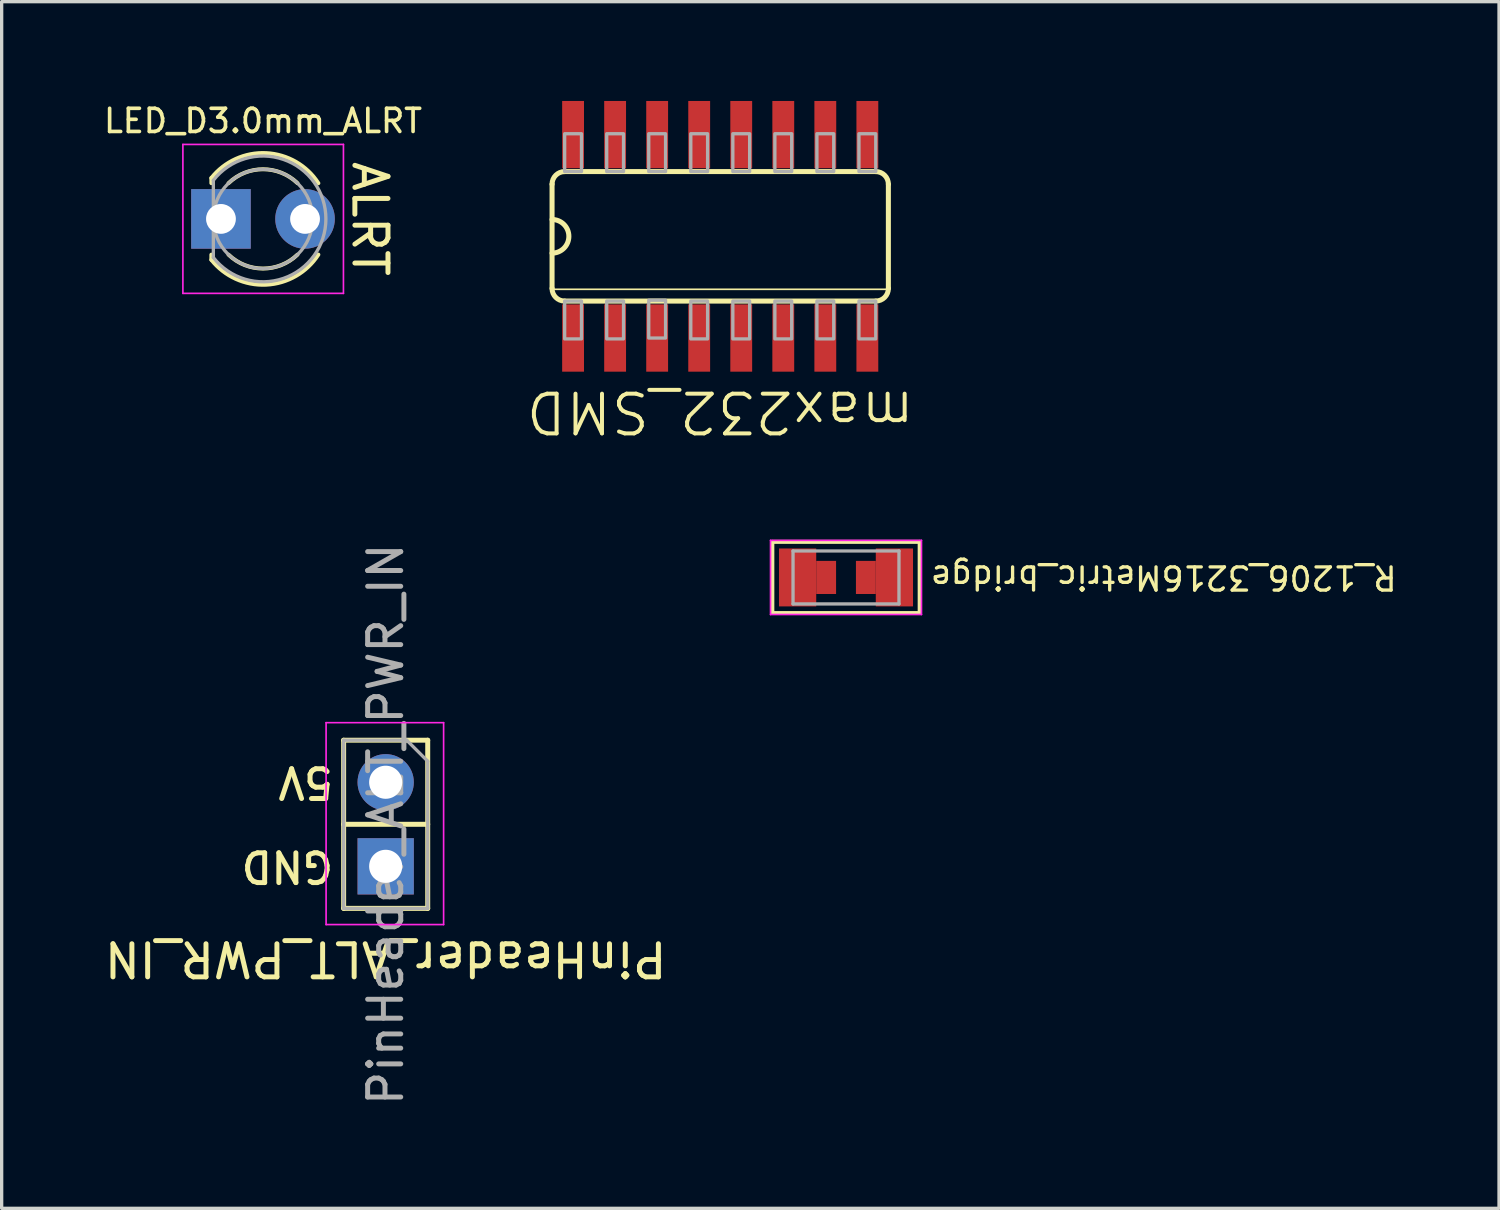
<source format=kicad_pcb>
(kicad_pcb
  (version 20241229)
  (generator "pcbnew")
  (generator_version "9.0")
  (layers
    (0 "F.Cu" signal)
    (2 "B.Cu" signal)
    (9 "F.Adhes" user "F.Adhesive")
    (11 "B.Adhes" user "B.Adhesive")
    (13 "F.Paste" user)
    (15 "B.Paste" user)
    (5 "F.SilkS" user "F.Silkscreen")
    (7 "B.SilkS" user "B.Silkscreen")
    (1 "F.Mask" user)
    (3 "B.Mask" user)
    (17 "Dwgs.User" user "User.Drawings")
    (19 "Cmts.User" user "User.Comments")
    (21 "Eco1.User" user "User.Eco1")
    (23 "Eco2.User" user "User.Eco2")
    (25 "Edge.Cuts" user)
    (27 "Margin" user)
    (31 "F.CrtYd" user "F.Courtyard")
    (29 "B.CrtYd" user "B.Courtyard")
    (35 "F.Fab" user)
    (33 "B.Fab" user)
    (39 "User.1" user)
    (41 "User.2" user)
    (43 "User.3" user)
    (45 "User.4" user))
  (footprint "PinHeader_ALT_PWR_IN"
    (layer "F.Cu")
    (at 8.601 20.581)
    (property "Reference" "PinHeader_ALT_PWR_IN" (at 0 5.334 180) (unlocked yes) (layer "F.SilkS") (effects (font (size 1 1) (thickness 0.15))))
    (attr through_hole)
    (fp_line (start -1.27 -1.27) (end -1.27 3.81) (stroke (width 0.15) (type solid)) (layer "F.SilkS"))
    (fp_line (start -1.27 -1.27) (end 1.27 -1.27) (stroke (width 0.15) (type solid)) (layer "F.SilkS"))
    (fp_line (start -1.27 1.27) (end 1.27 1.27) (stroke (width 0.15) (type solid)) (layer "F.SilkS"))
    (fp_line (start -1.27 3.81) (end 1.27 3.81) (stroke (width 0.15) (type solid)) (layer "F.SilkS"))
    (fp_line (start 1.27 3.81) (end 1.27 -1.27) (stroke (width 0.15) (type solid)) (layer "F.SilkS"))
    (fp_line (start -1.8 -1.8) (end 1.75 -1.8) (stroke (width 0.05) (type solid)) (layer "F.CrtYd"))
    (fp_line (start -1.8 4.3) (end -1.8 -1.8) (stroke (width 0.05) (type solid)) (layer "F.CrtYd"))
    (fp_line (start 1.75 -1.8) (end 1.75 4.3) (stroke (width 0.05) (type solid)) (layer "F.CrtYd"))
    (fp_line (start 1.75 4.3) (end -1.8 4.3) (stroke (width 0.05) (type solid)) (layer "F.CrtYd"))
    (fp_line (start -1.27 -1.27) (end 0.635 -1.27) (stroke (width 0.1) (type solid)) (layer "F.Fab"))
    (fp_line (start -1.27 3.81) (end -1.27 -1.27) (stroke (width 0.1) (type solid)) (layer "F.Fab"))
    (fp_line (start 0.635 -1.27) (end 1.27 -0.635) (stroke (width 0.1) (type solid)) (layer "F.Fab"))
    (fp_line (start 1.27 -0.635) (end 1.27 3.81) (stroke (width 0.1) (type solid)) (layer "F.Fab"))
    (fp_line (start 1.27 3.81) (end -1.27 3.81) (stroke (width 0.1) (type solid)) (layer "F.Fab"))
    (fp_text user "5V" (at -1.5 0 180) (unlocked yes) (layer "F.SilkS") (effects (font (size 0.9 0.9) (thickness 0.15)) (justify left)))
    (fp_text user "GND" (at -1.5 2.54 180) (unlocked yes) (layer "F.SilkS") (effects (font (size 0.9 0.9) (thickness 0.15)) (justify left)))
    (fp_text user "${REFERENCE}" (at 0 1.27 90) (layer "F.Fab") (effects (font (size 1 1) (thickness 0.15))))
    (pad "1" thru_hole circle (at 0 0) (size 1.7 1.7) (drill 1) (layers "*.Cu" "*.Mask"))
    (pad "2" thru_hole rect (at 0 2.54 90) (size 1.7 1.7) (drill 1) (layers "*.Cu" "*.Mask")))
  (footprint "max232_SMD"
    (layer "F.Cu")
    (at 18.707 4.089)
    (property "Reference" "max232_SMD" (at 0 4.6 180) (unlocked yes) (layer "F.SilkS") (effects (font (size 1.2 1.2) (thickness 0.12)) (justify bottom)))
    (attr through_hole)
    (fp_line (start -5.08 -1.575) (end -5.08 1.575) (stroke (width 0.152) (type solid)) (layer "F.SilkS"))
    (fp_line (start -5.08 1.6) (end 5.08 1.6) (stroke (width 0.051) (type solid)) (layer "F.SilkS"))
    (fp_line (start -4.699 1.956) (end 4.699 1.956) (stroke (width 0.152) (type solid)) (layer "F.SilkS"))
    (fp_line (start 4.699 -1.956) (end -4.699 -1.956) (stroke (width 0.152) (type solid)) (layer "F.SilkS"))
    (fp_line (start 5.08 1.575) (end 5.08 -1.575) (stroke (width 0.152) (type solid)) (layer "F.SilkS"))
    (fp_arc (start -5.08 -1.5748) (mid -4.968408 -1.844208) (end -4.699 -1.9558) (stroke (width 0.1524) (type solid)) (layer "F.SilkS"))
    (fp_arc (start -5.08 -0.508) (mid -4.572 0) (end -5.08 0.508) (stroke (width 0.1524) (type solid)) (layer "F.SilkS"))
    (fp_arc (start -4.699 1.9558) (mid -4.968408 1.844208) (end -5.08 1.5748) (stroke (width 0.1524) (type solid)) (layer "F.SilkS"))
    (fp_arc (start 4.699 -1.9558) (mid 4.968408 -1.844208) (end 5.08 -1.5748) (stroke (width 0.1524) (type solid)) (layer "F.SilkS"))
    (fp_arc (start 5.08 1.5748) (mid 4.968408 1.844208) (end 4.699 1.9558) (stroke (width 0.1524) (type solid)) (layer "F.SilkS"))
    (fp_poly (pts (xy -4.699 -1.956) (xy -4.191 -1.956) (xy -4.191 -3.099) (xy -4.699 -3.099)) (stroke (width 0.1) (type solid)) (fill no) (layer "F.Fab"))
    (fp_poly (pts (xy -4.699 3.099) (xy -4.191 3.099) (xy -4.191 1.956) (xy -4.699 1.956)) (stroke (width 0.1) (type solid)) (fill no) (layer "F.Fab"))
    (fp_poly (pts (xy -3.429 -1.956) (xy -2.921 -1.956) (xy -2.921 -3.099) (xy -3.429 -3.099)) (stroke (width 0.1) (type solid)) (fill no) (layer "F.Fab"))
    (fp_poly (pts (xy -3.429 3.099) (xy -2.921 3.099) (xy -2.921 1.956) (xy -3.429 1.956)) (stroke (width 0.1) (type solid)) (fill no) (layer "F.Fab"))
    (fp_poly (pts (xy -2.159 -1.956) (xy -1.651 -1.956) (xy -1.651 -3.099) (xy -2.159 -3.099)) (stroke (width 0.1) (type solid)) (fill no) (layer "F.Fab"))
    (fp_poly (pts (xy -2.159 3.073) (xy -1.651 3.073) (xy -1.651 1.93) (xy -2.159 1.93)) (stroke (width 0.1) (type solid)) (fill no) (layer "F.Fab"))
    (fp_poly (pts (xy -0.889 -1.956) (xy -0.381 -1.956) (xy -0.381 -3.099) (xy -0.889 -3.099)) (stroke (width 0.1) (type solid)) (fill no) (layer "F.Fab"))
    (fp_poly (pts (xy -0.889 3.099) (xy -0.381 3.099) (xy -0.381 1.956) (xy -0.889 1.956)) (stroke (width 0.1) (type solid)) (fill no) (layer "F.Fab"))
    (fp_poly (pts (xy 0.381 -1.956) (xy 0.889 -1.956) (xy 0.889 -3.099) (xy 0.381 -3.099)) (stroke (width 0.1) (type solid)) (fill no) (layer "F.Fab"))
    (fp_poly (pts (xy 0.381 3.099) (xy 0.889 3.099) (xy 0.889 1.956) (xy 0.381 1.956)) (stroke (width 0.1) (type solid)) (fill no) (layer "F.Fab"))
    (fp_poly (pts (xy 1.651 -1.956) (xy 2.159 -1.956) (xy 2.159 -3.099) (xy 1.651 -3.099)) (stroke (width 0.1) (type solid)) (fill no) (layer "F.Fab"))
    (fp_poly (pts (xy 1.651 3.099) (xy 2.159 3.099) (xy 2.159 1.956) (xy 1.651 1.956)) (stroke (width 0.1) (type solid)) (fill no) (layer "F.Fab"))
    (fp_poly (pts (xy 2.921 -1.956) (xy 3.429 -1.956) (xy 3.429 -3.099) (xy 2.921 -3.099)) (stroke (width 0.1) (type solid)) (fill no) (layer "F.Fab"))
    (fp_poly (pts (xy 2.921 3.099) (xy 3.429 3.099) (xy 3.429 1.956) (xy 2.921 1.956)) (stroke (width 0.1) (type solid)) (fill no) (layer "F.Fab"))
    (fp_poly (pts (xy 4.191 -1.956) (xy 4.699 -1.956) (xy 4.699 -3.099) (xy 4.191 -3.099)) (stroke (width 0.1) (type solid)) (fill no) (layer "F.Fab"))
    (fp_poly (pts (xy 4.191 3.099) (xy 4.699 3.099) (xy 4.699 1.956) (xy 4.191 1.956)) (stroke (width 0.1) (type solid)) (fill no) (layer "F.Fab"))
    (pad "1" smd rect (at -4.445 3.073) (size 0.66 2.032) (layers "F.Cu" "F.Mask" "F.Paste"))
    (pad "2" smd rect (at -3.175 3.073) (size 0.66 2.032) (layers "F.Cu" "F.Mask" "F.Paste"))
    (pad "3" smd rect (at -1.905 3.073) (size 0.66 2.032) (layers "F.Cu" "F.Mask" "F.Paste"))
    (pad "4" smd rect (at -0.635 3.073) (size 0.66 2.032) (layers "F.Cu" "F.Mask" "F.Paste"))
    (pad "5" smd rect (at 0.635 3.073) (size 0.66 2.032) (layers "F.Cu" "F.Mask" "F.Paste"))
    (pad "6" smd rect (at 1.905 3.073) (size 0.66 2.032) (layers "F.Cu" "F.Mask" "F.Paste"))
    (pad "7" smd rect (at 3.175 3.073) (size 0.66 2.032) (layers "F.Cu" "F.Mask" "F.Paste"))
    (pad "8" smd rect (at 4.445 3.073) (size 0.66 2.032) (layers "F.Cu" "F.Mask" "F.Paste"))
    (pad "9" smd rect (at 4.445 -3.073) (size 0.66 2.032) (layers "F.Cu" "F.Mask" "F.Paste"))
    (pad "10" smd rect (at 3.175 -3.073) (size 0.66 2.032) (layers "F.Cu" "F.Mask" "F.Paste"))
    (pad "11" smd rect (at 1.905 -3.073) (size 0.66 2.032) (layers "F.Cu" "F.Mask" "F.Paste"))
    (pad "12" smd rect (at 0.635 -3.073) (size 0.66 2.032) (layers "F.Cu" "F.Mask" "F.Paste"))
    (pad "13" smd rect (at -0.635 -3.073) (size 0.66 2.032) (layers "F.Cu" "F.Mask" "F.Paste"))
    (pad "14" smd rect (at -1.905 -3.073) (size 0.66 2.032) (layers "F.Cu" "F.Mask" "F.Paste"))
    (pad "15" smd rect (at -3.175 -3.073) (size 0.66 2.032) (layers "F.Cu" "F.Mask" "F.Paste"))
    (pad "16" smd rect (at -4.445 -3.073) (size 0.66 2.032) (layers "F.Cu" "F.Mask" "F.Paste")))
  (footprint "R_1206_3216Metric_bridge"
    (layer "F.Cu")
    (at 22.507 14.394)
    (property "Reference" "R_1206_3216Metric_bridge" (at 2.5 0 180) (unlocked yes) (layer "F.SilkS") (effects (font (size 0.7 0.7) (thickness 0.1)) (justify right)))
    (attr smd)
    (fp_line (start -2.225 -1.075) (end 2.225 -1.075) (stroke (width 0.12) (type solid)) (layer "F.SilkS"))
    (fp_line (start -2.225 1.075) (end -2.225 -1.075) (stroke (width 0.12) (type solid)) (layer "F.SilkS"))
    (fp_line (start -2.225 1.075) (end 2.225 1.075) (stroke (width 0.12) (type solid)) (layer "F.SilkS"))
    (fp_line (start 2.225 1.075) (end 2.225 -1.075) (stroke (width 0.12) (type solid)) (layer "F.SilkS"))
    (fp_line (start -2.28 -1.12) (end 2.28 -1.12) (stroke (width 0.05) (type solid)) (layer "F.CrtYd"))
    (fp_line (start -2.28 1.12) (end -2.28 -1.12) (stroke (width 0.05) (type solid)) (layer "F.CrtYd"))
    (fp_line (start 2.28 -1.12) (end 2.28 1.12) (stroke (width 0.05) (type solid)) (layer "F.CrtYd"))
    (fp_line (start 2.28 1.12) (end -2.28 1.12) (stroke (width 0.05) (type solid)) (layer "F.CrtYd"))
    (fp_line (start -1.6 -0.8) (end 1.6 -0.8) (stroke (width 0.1) (type solid)) (layer "F.Fab"))
    (fp_line (start -1.6 0.8) (end -1.6 -0.8) (stroke (width 0.1) (type solid)) (layer "F.Fab"))
    (fp_line (start 1.6 -0.8) (end 1.6 0.8) (stroke (width 0.1) (type solid)) (layer "F.Fab"))
    (fp_line (start 1.6 0.8) (end -1.6 0.8) (stroke (width 0.1) (type solid)) (layer "F.Fab"))
    (pad "1" smd rect (at -1.462 0) (size 1.125 1.75) (layers "F.Cu" "F.Mask" "F.Paste"))
    (pad "1" smd rect (at -0.6 0) (size 0.6 1) (layers "F.Cu" "F.Mask" "F.Paste"))
    (pad "2" smd rect (at 0.6 0 180) (size 0.6 1) (layers "F.Cu" "F.Mask" "F.Paste"))
    (pad "2" smd rect (at 1.462 0) (size 1.125 1.75) (layers "F.Cu" "F.Mask" "F.Paste")))
  (footprint "LED_D3.0mm_ALRT"
    (layer "F.Cu")
    (at 3.625 3.563)
    (property "Reference" "LED_D3.0mm_ALRT" (at 1.27 -2.96 0) (unlocked yes) (layer "F.SilkS") (effects (font (size 0.7 0.7) (thickness 0.11))))
    (attr through_hole)
    (fp_line (start -0.29 -1.236) (end -0.29 -1.08) (stroke (width 0.12) (type solid)) (layer "F.SilkS"))
    (fp_line (start -0.29 1.08) (end -0.29 1.236) (stroke (width 0.12) (type solid)) (layer "F.SilkS"))
    (fp_arc (start -0.29 -1.235516) (mid 1.366487 -1.987659) (end 2.942335 -1.078608) (stroke (width 0.12) (type solid)) (layer "F.SilkS"))
    (fp_arc (start 0.229039 -1.08) (mid 1.270117 -1.5) (end 2.31113 -1.079837) (stroke (width 0.12) (type solid)) (layer "F.SilkS"))
    (fp_arc (start 2.31113 1.079837) (mid 1.270117 1.5) (end 0.229039 1.08) (stroke (width 0.12) (type solid)) (layer "F.SilkS"))
    (fp_arc (start 2.942335 1.078608) (mid 1.366487 1.987659) (end -0.29 1.235516) (stroke (width 0.12) (type solid)) (layer "F.SilkS"))
    (fp_line (start -1.15 -2.25) (end -1.15 2.25) (stroke (width 0.05) (type solid)) (layer "F.CrtYd"))
    (fp_line (start -1.15 2.25) (end 3.7 2.25) (stroke (width 0.05) (type solid)) (layer "F.CrtYd"))
    (fp_line (start 3.7 -2.25) (end -1.15 -2.25) (stroke (width 0.05) (type solid)) (layer "F.CrtYd"))
    (fp_line (start 3.7 2.25) (end 3.7 -2.25) (stroke (width 0.05) (type solid)) (layer "F.CrtYd"))
    (fp_line (start -0.23 -1.166) (end -0.23 1.166) (stroke (width 0.1) (type solid)) (layer "F.Fab"))
    (fp_arc (start -0.23 -1.16619) (mid 3.17 0.000452) (end -0.230555 1.165476) (stroke (width 0.1) (type solid)) (layer "F.Fab"))
    (fp_circle (center 1.27 0) (end 2.77 0) (stroke (width 0.1) (type solid)) (fill no) (layer "F.Fab"))
    (fp_text user "ALRT" (at 4.5 0 270) (unlocked yes) (layer "F.SilkS") (effects (font (size 1 1) (thickness 0.15))))
    (pad "1" thru_hole rect (at 0 0) (size 1.8 1.8) (drill 0.9) (layers "*.Cu" "*.Mask"))
    (pad "2" thru_hole circle (at 2.54 0) (size 1.8 1.8) (drill 0.9) (layers "*.Cu" "*.Mask")))
  (gr_rect
    (start -3 -3)
    (end 42.234 33.452)
    (stroke (width 0.1) (type default))
    (fill no)
    (layer "Edge.Cuts")))
</source>
